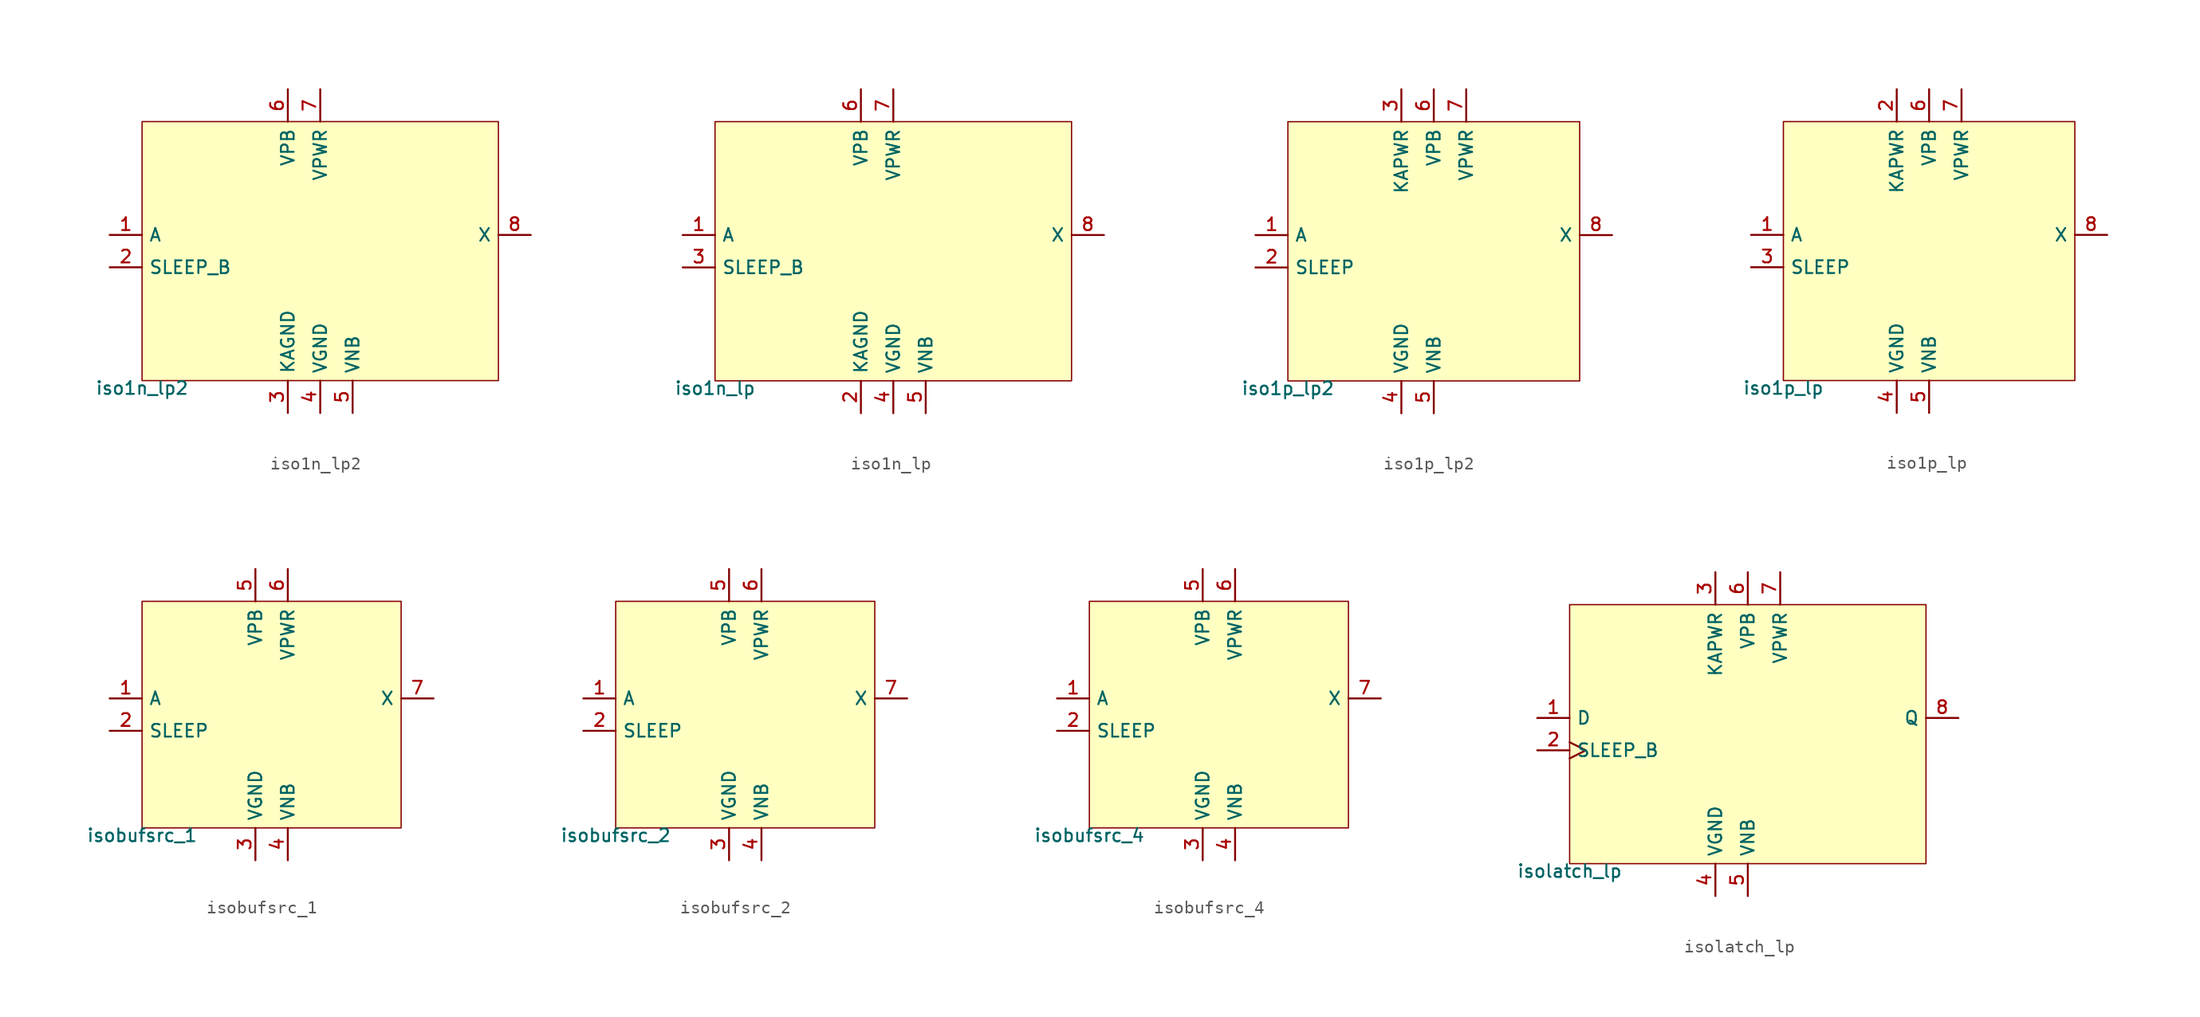
<source format=kicad_sym>
(kicad_symbol_lib
  (version 20211014)
  (generator pdk2kicad)
  (symbol "iso1n_lp2"
    (property "Reference" "X"
      (at 0 0 0)
      (effects (font (size 1 1)) hide))
    (property "Value" "iso1n_lp2"
      (at -13.97 -10.16 0)
      (effects (font (size 1 1)) (justify top)))
    (rectangle
      (start -13.97 -10.16)
      (end 13.97 10.16)
      (stroke (width 0.1) (type solid) (color 0 0 0 0))
      (fill (type background)))
    (pin input line
      (at -16.51 1.27 0)
      (length 2.54)
      (name "A" (effects (font (size 1 1)) hide))
      (number "1" (effects (font (size 1 1)) hide)))
    (pin input line
      (at -16.51 -1.27 0)
      (length 2.54)
      (name "SLEEP_B" (effects (font (size 1 1)) hide))
      (number "2" (effects (font (size 1 1)) hide)))
    (pin power_in line
      (at -2.54 -12.7 90)
      (length 2.54)
      (name "KAGND" (effects (font (size 1 1)) hide))
      (number "3" (effects (font (size 1 1)) hide)))
    (pin power_in line
      (at 0.0 -12.7 90)
      (length 2.54)
      (name "VGND" (effects (font (size 1 1)) hide))
      (number "4" (effects (font (size 1 1)) hide)))
    (pin power_in line
      (at 2.54 -12.7 90)
      (length 2.54)
      (name "VNB" (effects (font (size 1 1)) hide))
      (number "5" (effects (font (size 1 1)) hide)))
    (pin power_in line
      (at -2.54 12.7 270)
      (length 2.54)
      (name "VPB" (effects (font (size 1 1)) hide))
      (number "6" (effects (font (size 1 1)) hide)))
    (pin power_in line
      (at 0.0 12.7 270)
      (length 2.54)
      (name "VPWR" (effects (font (size 1 1)) hide))
      (number "7" (effects (font (size 1 1)) hide)))
    (pin output line
      (at 16.51 1.27 180)
      (length 2.54)
      (name "X" (effects (font (size 1 1)) hide))
      (number "8" (effects (font (size 1 1)) hide))))
  (symbol "iso1n_lp"
    (property "Reference" "X"
      (at 0 0 0)
      (effects (font (size 1 1)) hide))
    (property "Value" "iso1n_lp"
      (at -13.97 -10.16 0)
      (effects (font (size 1 1)) (justify top)))
    (rectangle
      (start -13.97 -10.16)
      (end 13.97 10.16)
      (stroke (width 0.1) (type solid) (color 0 0 0 0))
      (fill (type background)))
    (pin input line
      (at -16.51 1.27 0)
      (length 2.54)
      (name "A" (effects (font (size 1 1)) hide))
      (number "1" (effects (font (size 1 1)) hide)))
    (pin power_in line
      (at -2.54 -12.7 90)
      (length 2.54)
      (name "KAGND" (effects (font (size 1 1)) hide))
      (number "2" (effects (font (size 1 1)) hide)))
    (pin input line
      (at -16.51 -1.27 0)
      (length 2.54)
      (name "SLEEP_B" (effects (font (size 1 1)) hide))
      (number "3" (effects (font (size 1 1)) hide)))
    (pin power_in line
      (at 0.0 -12.7 90)
      (length 2.54)
      (name "VGND" (effects (font (size 1 1)) hide))
      (number "4" (effects (font (size 1 1)) hide)))
    (pin power_in line
      (at 2.54 -12.7 90)
      (length 2.54)
      (name "VNB" (effects (font (size 1 1)) hide))
      (number "5" (effects (font (size 1 1)) hide)))
    (pin power_in line
      (at -2.54 12.7 270)
      (length 2.54)
      (name "VPB" (effects (font (size 1 1)) hide))
      (number "6" (effects (font (size 1 1)) hide)))
    (pin power_in line
      (at 0.0 12.7 270)
      (length 2.54)
      (name "VPWR" (effects (font (size 1 1)) hide))
      (number "7" (effects (font (size 1 1)) hide)))
    (pin output line
      (at 16.51 1.27 180)
      (length 2.54)
      (name "X" (effects (font (size 1 1)) hide))
      (number "8" (effects (font (size 1 1)) hide))))
  (symbol "iso1p_lp2"
    (property "Reference" "X"
      (at 0 0 0)
      (effects (font (size 1 1)) hide))
    (property "Value" "iso1p_lp2"
      (at -11.43 -10.16 0)
      (effects (font (size 1 1)) (justify top)))
    (rectangle
      (start -11.43 -10.16)
      (end 11.43 10.16)
      (stroke (width 0.1) (type solid) (color 0 0 0 0))
      (fill (type background)))
    (pin input line
      (at -13.97 1.27 0)
      (length 2.54)
      (name "A" (effects (font (size 1 1)) hide))
      (number "1" (effects (font (size 1 1)) hide)))
    (pin input line
      (at -13.97 -1.27 0)
      (length 2.54)
      (name "SLEEP" (effects (font (size 1 1)) hide))
      (number "2" (effects (font (size 1 1)) hide)))
    (pin power_in line
      (at -2.54 12.7 270)
      (length 2.54)
      (name "KAPWR" (effects (font (size 1 1)) hide))
      (number "3" (effects (font (size 1 1)) hide)))
    (pin power_in line
      (at -2.54 -12.7 90)
      (length 2.54)
      (name "VGND" (effects (font (size 1 1)) hide))
      (number "4" (effects (font (size 1 1)) hide)))
    (pin power_in line
      (at 0.0 -12.7 90)
      (length 2.54)
      (name "VNB" (effects (font (size 1 1)) hide))
      (number "5" (effects (font (size 1 1)) hide)))
    (pin power_in line
      (at 0.0 12.7 270)
      (length 2.54)
      (name "VPB" (effects (font (size 1 1)) hide))
      (number "6" (effects (font (size 1 1)) hide)))
    (pin power_in line
      (at 2.54 12.7 270)
      (length 2.54)
      (name "VPWR" (effects (font (size 1 1)) hide))
      (number "7" (effects (font (size 1 1)) hide)))
    (pin output line
      (at 13.97 1.27 180)
      (length 2.54)
      (name "X" (effects (font (size 1 1)) hide))
      (number "8" (effects (font (size 1 1)) hide))))
  (symbol "iso1p_lp"
    (property "Reference" "X"
      (at 0 0 0)
      (effects (font (size 1 1)) hide))
    (property "Value" "iso1p_lp"
      (at -11.43 -10.16 0)
      (effects (font (size 1 1)) (justify top)))
    (rectangle
      (start -11.43 -10.16)
      (end 11.43 10.16)
      (stroke (width 0.1) (type solid) (color 0 0 0 0))
      (fill (type background)))
    (pin input line
      (at -13.97 1.27 0)
      (length 2.54)
      (name "A" (effects (font (size 1 1)) hide))
      (number "1" (effects (font (size 1 1)) hide)))
    (pin power_in line
      (at -2.54 12.7 270)
      (length 2.54)
      (name "KAPWR" (effects (font (size 1 1)) hide))
      (number "2" (effects (font (size 1 1)) hide)))
    (pin input line
      (at -13.97 -1.27 0)
      (length 2.54)
      (name "SLEEP" (effects (font (size 1 1)) hide))
      (number "3" (effects (font (size 1 1)) hide)))
    (pin power_in line
      (at -2.54 -12.7 90)
      (length 2.54)
      (name "VGND" (effects (font (size 1 1)) hide))
      (number "4" (effects (font (size 1 1)) hide)))
    (pin power_in line
      (at 0.0 -12.7 90)
      (length 2.54)
      (name "VNB" (effects (font (size 1 1)) hide))
      (number "5" (effects (font (size 1 1)) hide)))
    (pin power_in line
      (at 0.0 12.7 270)
      (length 2.54)
      (name "VPB" (effects (font (size 1 1)) hide))
      (number "6" (effects (font (size 1 1)) hide)))
    (pin power_in line
      (at 2.54 12.7 270)
      (length 2.54)
      (name "VPWR" (effects (font (size 1 1)) hide))
      (number "7" (effects (font (size 1 1)) hide)))
    (pin output line
      (at 13.97 1.27 180)
      (length 2.54)
      (name "X" (effects (font (size 1 1)) hide))
      (number "8" (effects (font (size 1 1)) hide))))
  (symbol "isobufsrc_1"
    (property "Reference" "X"
      (at 0 0 0)
      (effects (font (size 1 1)) hide))
    (property "Value" "isobufsrc_1"
      (at -10.16 -8.89 0)
      (effects (font (size 1 1)) (justify top)))
    (rectangle
      (start -10.16 -8.89)
      (end 10.16 8.89)
      (stroke (width 0.1) (type solid) (color 0 0 0 0))
      (fill (type background)))
    (pin input line
      (at -12.7 1.27 0)
      (length 2.54)
      (name "A" (effects (font (size 1 1)) hide))
      (number "1" (effects (font (size 1 1)) hide)))
    (pin input line
      (at -12.7 -1.27 0)
      (length 2.54)
      (name "SLEEP" (effects (font (size 1 1)) hide))
      (number "2" (effects (font (size 1 1)) hide)))
    (pin power_in line
      (at -1.27 -11.43 90)
      (length 2.54)
      (name "VGND" (effects (font (size 1 1)) hide))
      (number "3" (effects (font (size 1 1)) hide)))
    (pin power_in line
      (at 1.27 -11.43 90)
      (length 2.54)
      (name "VNB" (effects (font (size 1 1)) hide))
      (number "4" (effects (font (size 1 1)) hide)))
    (pin power_in line
      (at -1.27 11.43 270)
      (length 2.54)
      (name "VPB" (effects (font (size 1 1)) hide))
      (number "5" (effects (font (size 1 1)) hide)))
    (pin power_in line
      (at 1.27 11.43 270)
      (length 2.54)
      (name "VPWR" (effects (font (size 1 1)) hide))
      (number "6" (effects (font (size 1 1)) hide)))
    (pin output line
      (at 12.7 1.27 180)
      (length 2.54)
      (name "X" (effects (font (size 1 1)) hide))
      (number "7" (effects (font (size 1 1)) hide))))
  (symbol "isobufsrc_2"
    (property "Reference" "X"
      (at 0 0 0)
      (effects (font (size 1 1)) hide))
    (property "Value" "isobufsrc_2"
      (at -10.16 -8.89 0)
      (effects (font (size 1 1)) (justify top)))
    (rectangle
      (start -10.16 -8.89)
      (end 10.16 8.89)
      (stroke (width 0.1) (type solid) (color 0 0 0 0))
      (fill (type background)))
    (pin input line
      (at -12.7 1.27 0)
      (length 2.54)
      (name "A" (effects (font (size 1 1)) hide))
      (number "1" (effects (font (size 1 1)) hide)))
    (pin input line
      (at -12.7 -1.27 0)
      (length 2.54)
      (name "SLEEP" (effects (font (size 1 1)) hide))
      (number "2" (effects (font (size 1 1)) hide)))
    (pin power_in line
      (at -1.27 -11.43 90)
      (length 2.54)
      (name "VGND" (effects (font (size 1 1)) hide))
      (number "3" (effects (font (size 1 1)) hide)))
    (pin power_in line
      (at 1.27 -11.43 90)
      (length 2.54)
      (name "VNB" (effects (font (size 1 1)) hide))
      (number "4" (effects (font (size 1 1)) hide)))
    (pin power_in line
      (at -1.27 11.43 270)
      (length 2.54)
      (name "VPB" (effects (font (size 1 1)) hide))
      (number "5" (effects (font (size 1 1)) hide)))
    (pin power_in line
      (at 1.27 11.43 270)
      (length 2.54)
      (name "VPWR" (effects (font (size 1 1)) hide))
      (number "6" (effects (font (size 1 1)) hide)))
    (pin output line
      (at 12.7 1.27 180)
      (length 2.54)
      (name "X" (effects (font (size 1 1)) hide))
      (number "7" (effects (font (size 1 1)) hide))))
  (symbol "isobufsrc_4"
    (property "Reference" "X"
      (at 0 0 0)
      (effects (font (size 1 1)) hide))
    (property "Value" "isobufsrc_4"
      (at -10.16 -8.89 0)
      (effects (font (size 1 1)) (justify top)))
    (rectangle
      (start -10.16 -8.89)
      (end 10.16 8.89)
      (stroke (width 0.1) (type solid) (color 0 0 0 0))
      (fill (type background)))
    (pin input line
      (at -12.7 1.27 0)
      (length 2.54)
      (name "A" (effects (font (size 1 1)) hide))
      (number "1" (effects (font (size 1 1)) hide)))
    (pin input line
      (at -12.7 -1.27 0)
      (length 2.54)
      (name "SLEEP" (effects (font (size 1 1)) hide))
      (number "2" (effects (font (size 1 1)) hide)))
    (pin power_in line
      (at -1.27 -11.43 90)
      (length 2.54)
      (name "VGND" (effects (font (size 1 1)) hide))
      (number "3" (effects (font (size 1 1)) hide)))
    (pin power_in line
      (at 1.27 -11.43 90)
      (length 2.54)
      (name "VNB" (effects (font (size 1 1)) hide))
      (number "4" (effects (font (size 1 1)) hide)))
    (pin power_in line
      (at -1.27 11.43 270)
      (length 2.54)
      (name "VPB" (effects (font (size 1 1)) hide))
      (number "5" (effects (font (size 1 1)) hide)))
    (pin power_in line
      (at 1.27 11.43 270)
      (length 2.54)
      (name "VPWR" (effects (font (size 1 1)) hide))
      (number "6" (effects (font (size 1 1)) hide)))
    (pin output line
      (at 12.7 1.27 180)
      (length 2.54)
      (name "X" (effects (font (size 1 1)) hide))
      (number "7" (effects (font (size 1 1)) hide))))
  (symbol "isolatch_lp"
    (property "Reference" "X"
      (at 0 0 0)
      (effects (font (size 1 1)) hide))
    (property "Value" "isolatch_lp"
      (at -13.97 -10.16 0)
      (effects (font (size 1 1)) (justify top)))
    (rectangle
      (start -13.97 -10.16)
      (end 13.97 10.16)
      (stroke (width 0.1) (type solid) (color 0 0 0 0))
      (fill (type background)))
    (pin input line
      (at -16.51 1.27 0)
      (length 2.54)
      (name "D" (effects (font (size 1 1)) hide))
      (number "1" (effects (font (size 1 1)) hide)))
    (pin input clock
      (at -16.51 -1.27 0)
      (length 2.54)
      (name "SLEEP_B" (effects (font (size 1 1)) hide))
      (number "2" (effects (font (size 1 1)) hide)))
    (pin power_in line
      (at -2.54 12.7 270)
      (length 2.54)
      (name "KAPWR" (effects (font (size 1 1)) hide))
      (number "3" (effects (font (size 1 1)) hide)))
    (pin power_in line
      (at -2.54 -12.7 90)
      (length 2.54)
      (name "VGND" (effects (font (size 1 1)) hide))
      (number "4" (effects (font (size 1 1)) hide)))
    (pin power_in line
      (at 0.0 -12.7 90)
      (length 2.54)
      (name "VNB" (effects (font (size 1 1)) hide))
      (number "5" (effects (font (size 1 1)) hide)))
    (pin power_in line
      (at 0.0 12.7 270)
      (length 2.54)
      (name "VPB" (effects (font (size 1 1)) hide))
      (number "6" (effects (font (size 1 1)) hide)))
    (pin power_in line
      (at 2.54 12.7 270)
      (length 2.54)
      (name "VPWR" (effects (font (size 1 1)) hide))
      (number "7" (effects (font (size 1 1)) hide)))
    (pin output line
      (at 16.51 1.27 180)
      (length 2.54)
      (name "Q" (effects (font (size 1 1)) hide))
      (number "8" (effects (font (size 1 1)) hide)))))
</source>
